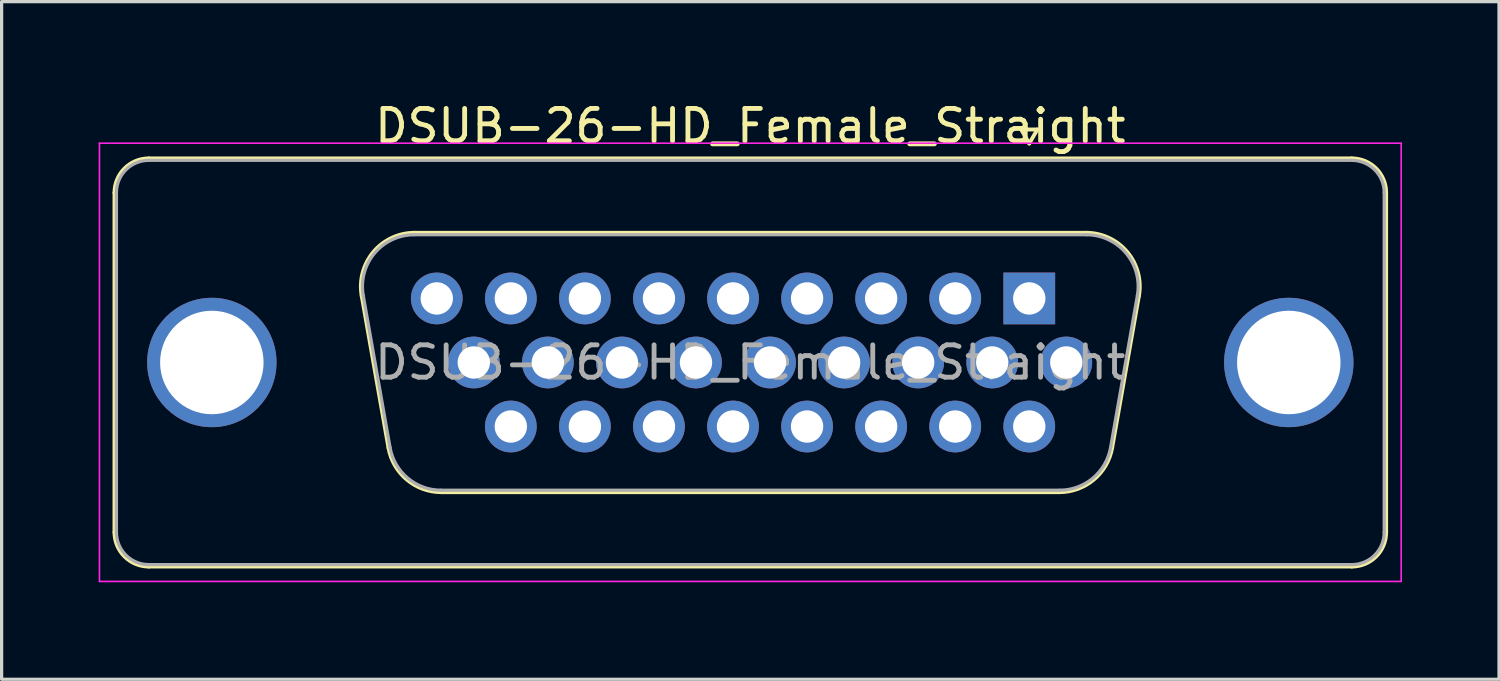
<source format=kicad_pcb>
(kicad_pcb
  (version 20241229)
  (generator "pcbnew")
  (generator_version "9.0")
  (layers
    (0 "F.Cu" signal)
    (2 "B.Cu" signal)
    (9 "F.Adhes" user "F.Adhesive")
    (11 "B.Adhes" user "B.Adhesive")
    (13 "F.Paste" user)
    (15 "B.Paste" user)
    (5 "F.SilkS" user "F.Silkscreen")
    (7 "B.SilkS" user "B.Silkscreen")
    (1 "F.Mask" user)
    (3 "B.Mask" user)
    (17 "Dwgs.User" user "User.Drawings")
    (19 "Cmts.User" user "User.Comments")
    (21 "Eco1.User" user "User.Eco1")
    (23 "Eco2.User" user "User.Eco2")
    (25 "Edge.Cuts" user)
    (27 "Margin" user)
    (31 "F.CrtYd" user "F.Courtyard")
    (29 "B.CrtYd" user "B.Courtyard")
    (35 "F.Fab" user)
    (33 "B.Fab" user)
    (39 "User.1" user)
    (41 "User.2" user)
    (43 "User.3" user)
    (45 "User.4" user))
  (footprint "DSUB-26-HD_Female_Straight"
    (layer "F.Cu")
    (at 28.775 6.178)
    (property "Reference" "DSUB-26-HD_Female_Straight" (at -8.625 -5.33 0) (layer "F.SilkS") (effects (font (size 1 1) (thickness 0.15))))
    (attr through_hole)
    (fp_line (start -28.285 7.23) (end -28.285 -3.27) (stroke (width 0.12) (type solid)) (layer "F.SilkS"))
    (fp_line (start -27.225 -4.33) (end 9.975 -4.33) (stroke (width 0.12) (type solid)) (layer "F.SilkS"))
    (fp_line (start -20.641 -0.082) (end -19.813 4.618) (stroke (width 0.12) (type solid)) (layer "F.SilkS"))
    (fp_line (start -19.007 -2.03) (end 1.757 -2.03) (stroke (width 0.12) (type solid)) (layer "F.SilkS"))
    (fp_line (start -18.178 5.99) (end 0.928 5.99) (stroke (width 0.12) (type solid)) (layer "F.SilkS"))
    (fp_line (start -0.25 -5.224) (end 0.25 -5.224) (stroke (width 0.12) (type solid)) (layer "F.SilkS"))
    (fp_line (start 0 -4.791) (end -0.25 -5.224) (stroke (width 0.12) (type solid)) (layer "F.SilkS"))
    (fp_line (start 0.25 -5.224) (end 0 -4.791) (stroke (width 0.12) (type solid)) (layer "F.SilkS"))
    (fp_line (start 3.391 -0.082) (end 2.563 4.618) (stroke (width 0.12) (type solid)) (layer "F.SilkS"))
    (fp_line (start 9.975 8.29) (end -27.225 8.29) (stroke (width 0.12) (type solid)) (layer "F.SilkS"))
    (fp_line (start 11.035 -3.27) (end 11.035 7.23) (stroke (width 0.12) (type solid)) (layer "F.SilkS"))
    (fp_arc (start -28.285 -3.27) (mid -27.974533 -4.019533) (end -27.225 -4.33) (stroke (width 0.12) (type solid)) (layer "F.SilkS"))
    (fp_arc (start -27.225 8.29) (mid -27.974533 7.979533) (end -28.285 7.23) (stroke (width 0.12) (type solid)) (layer "F.SilkS"))
    (fp_arc (start -20.64147 -0.081744) (mid -20.278323 -1.437028) (end -19.006689 -2.03) (stroke (width 0.12) (type solid)) (layer "F.SilkS"))
    (fp_arc (start -18.177952 5.99) (mid -19.244979 5.601634) (end -19.812733 4.618256) (stroke (width 0.12) (type solid)) (layer "F.SilkS"))
    (fp_arc (start 1.756689 -2.03) (mid 3.028323 -1.437027) (end 3.39147 -0.081744) (stroke (width 0.12) (type solid)) (layer "F.SilkS"))
    (fp_arc (start 2.562733 4.618256) (mid 1.99498 5.601634) (end 0.927952 5.99) (stroke (width 0.12) (type solid)) (layer "F.SilkS"))
    (fp_arc (start 9.975 -4.33) (mid 10.724533 -4.019533) (end 11.035 -3.27) (stroke (width 0.12) (type solid)) (layer "F.SilkS"))
    (fp_arc (start 11.035 7.23) (mid 10.724533 7.979533) (end 9.975 8.29) (stroke (width 0.12) (type solid)) (layer "F.SilkS"))
    (fp_line (start -28.75 -4.8) (end -28.75 8.75) (stroke (width 0.05) (type solid)) (layer "F.CrtYd"))
    (fp_line (start -28.75 8.75) (end 11.5 8.75) (stroke (width 0.05) (type solid)) (layer "F.CrtYd"))
    (fp_line (start 11.5 -4.8) (end -28.75 -4.8) (stroke (width 0.05) (type solid)) (layer "F.CrtYd"))
    (fp_line (start 11.5 8.75) (end 11.5 -4.8) (stroke (width 0.05) (type solid)) (layer "F.CrtYd"))
    (fp_line (start -28.225 7.23) (end -28.225 -3.27) (stroke (width 0.1) (type solid)) (layer "F.Fab"))
    (fp_line (start -27.225 -4.27) (end 9.975 -4.27) (stroke (width 0.1) (type solid)) (layer "F.Fab"))
    (fp_line (start -20.594 -0.092) (end -19.765 4.608) (stroke (width 0.1) (type solid)) (layer "F.Fab"))
    (fp_line (start -19.018 -1.97) (end 1.768 -1.97) (stroke (width 0.1) (type solid)) (layer "F.Fab"))
    (fp_line (start -18.189 5.93) (end 0.939 5.93) (stroke (width 0.1) (type solid)) (layer "F.Fab"))
    (fp_line (start 3.344 -0.092) (end 2.515 4.608) (stroke (width 0.1) (type solid)) (layer "F.Fab"))
    (fp_line (start 9.975 8.23) (end -27.225 8.23) (stroke (width 0.1) (type solid)) (layer "F.Fab"))
    (fp_line (start 10.975 -3.27) (end 10.975 7.23) (stroke (width 0.1) (type solid)) (layer "F.Fab"))
    (fp_arc (start -28.225 -3.27) (mid -27.932107 -3.977107) (end -27.225 -4.27) (stroke (width 0.1) (type solid)) (layer "F.Fab"))
    (fp_arc (start -27.225 8.23) (mid -27.932107 7.937107) (end -28.225 7.23) (stroke (width 0.1) (type solid)) (layer "F.Fab"))
    (fp_arc (start -20.593886 -0.092163) (mid -20.243865 -1.39846) (end -19.018194 -1.97) (stroke (width 0.1) (type solid)) (layer "F.Fab"))
    (fp_arc (start -18.189457 5.93) (mid -19.217917 5.555671) (end -19.765149 4.607837) (stroke (width 0.1) (type solid)) (layer "F.Fab"))
    (fp_arc (start 1.768194 -1.97) (mid 2.993865 -1.39846) (end 3.343886 -0.092163) (stroke (width 0.1) (type solid)) (layer "F.Fab"))
    (fp_arc (start 2.515149 4.607837) (mid 1.967917 5.555671) (end 0.939457 5.93) (stroke (width 0.1) (type solid)) (layer "F.Fab"))
    (fp_arc (start 9.975 -4.27) (mid 10.682107 -3.977107) (end 10.975 -3.27) (stroke (width 0.1) (type solid)) (layer "F.Fab"))
    (fp_arc (start 10.975 7.23) (mid 10.682107 7.937107) (end 9.975 8.23) (stroke (width 0.1) (type solid)) (layer "F.Fab"))
    (fp_text user "${REFERENCE}" (at -8.625 1.98 0) (layer "F.Fab") (effects (font (size 1 1) (thickness 0.15))))
    (pad "0" thru_hole circle (at -25.275 1.98) (size 4 4) (drill 3.2) (layers "*.Cu" "*.Mask"))
    (pad "0" thru_hole circle (at 8.025 1.98) (size 4 4) (drill 3.2) (layers "*.Cu" "*.Mask"))
    (pad "1" thru_hole rect (at 0 0) (size 1.6 1.6) (drill 1) (layers "*.Cu" "*.Mask"))
    (pad "2" thru_hole circle (at -2.29 0) (size 1.6 1.6) (drill 1) (layers "*.Cu" "*.Mask"))
    (pad "3" thru_hole circle (at -4.58 0) (size 1.6 1.6) (drill 1) (layers "*.Cu" "*.Mask"))
    (pad "4" thru_hole circle (at -6.87 0) (size 1.6 1.6) (drill 1) (layers "*.Cu" "*.Mask"))
    (pad "5" thru_hole circle (at -9.16 0) (size 1.6 1.6) (drill 1) (layers "*.Cu" "*.Mask"))
    (pad "6" thru_hole circle (at -11.45 0) (size 1.6 1.6) (drill 1) (layers "*.Cu" "*.Mask"))
    (pad "7" thru_hole circle (at -13.74 0) (size 1.6 1.6) (drill 1) (layers "*.Cu" "*.Mask"))
    (pad "8" thru_hole circle (at -16.03 0) (size 1.6 1.6) (drill 1) (layers "*.Cu" "*.Mask"))
    (pad "9" thru_hole circle (at -18.32 0) (size 1.6 1.6) (drill 1) (layers "*.Cu" "*.Mask"))
    (pad "10" thru_hole circle (at 1.145 1.98) (size 1.6 1.6) (drill 1) (layers "*.Cu" "*.Mask"))
    (pad "11" thru_hole circle (at -1.145 1.98) (size 1.6 1.6) (drill 1) (layers "*.Cu" "*.Mask"))
    (pad "12" thru_hole circle (at -3.435 1.98) (size 1.6 1.6) (drill 1) (layers "*.Cu" "*.Mask"))
    (pad "13" thru_hole circle (at -5.725 1.98) (size 1.6 1.6) (drill 1) (layers "*.Cu" "*.Mask"))
    (pad "14" thru_hole circle (at -8.015 1.98) (size 1.6 1.6) (drill 1) (layers "*.Cu" "*.Mask"))
    (pad "15" thru_hole circle (at -10.305 1.98) (size 1.6 1.6) (drill 1) (layers "*.Cu" "*.Mask"))
    (pad "16" thru_hole circle (at -12.595 1.98) (size 1.6 1.6) (drill 1) (layers "*.Cu" "*.Mask"))
    (pad "17" thru_hole circle (at -14.885 1.98) (size 1.6 1.6) (drill 1) (layers "*.Cu" "*.Mask"))
    (pad "18" thru_hole circle (at -17.175 1.98) (size 1.6 1.6) (drill 1) (layers "*.Cu" "*.Mask"))
    (pad "19" thru_hole circle (at 0 3.96) (size 1.6 1.6) (drill 1) (layers "*.Cu" "*.Mask"))
    (pad "20" thru_hole circle (at -2.29 3.96) (size 1.6 1.6) (drill 1) (layers "*.Cu" "*.Mask"))
    (pad "21" thru_hole circle (at -4.58 3.96) (size 1.6 1.6) (drill 1) (layers "*.Cu" "*.Mask"))
    (pad "22" thru_hole circle (at -6.87 3.96) (size 1.6 1.6) (drill 1) (layers "*.Cu" "*.Mask"))
    (pad "23" thru_hole circle (at -9.16 3.96) (size 1.6 1.6) (drill 1) (layers "*.Cu" "*.Mask"))
    (pad "24" thru_hole circle (at -11.45 3.96) (size 1.6 1.6) (drill 1) (layers "*.Cu" "*.Mask"))
    (pad "25" thru_hole circle (at -13.74 3.96) (size 1.6 1.6) (drill 1) (layers "*.Cu" "*.Mask"))
    (pad "26" thru_hole circle (at -16.03 3.96) (size 1.6 1.6) (drill 1) (layers "*.Cu" "*.Mask")))
  (gr_rect
    (start -3 -3)
    (end 43.3 17.953)
    (stroke (width 0.1) (type default))
    (fill no)
    (layer "Edge.Cuts")))
</source>
